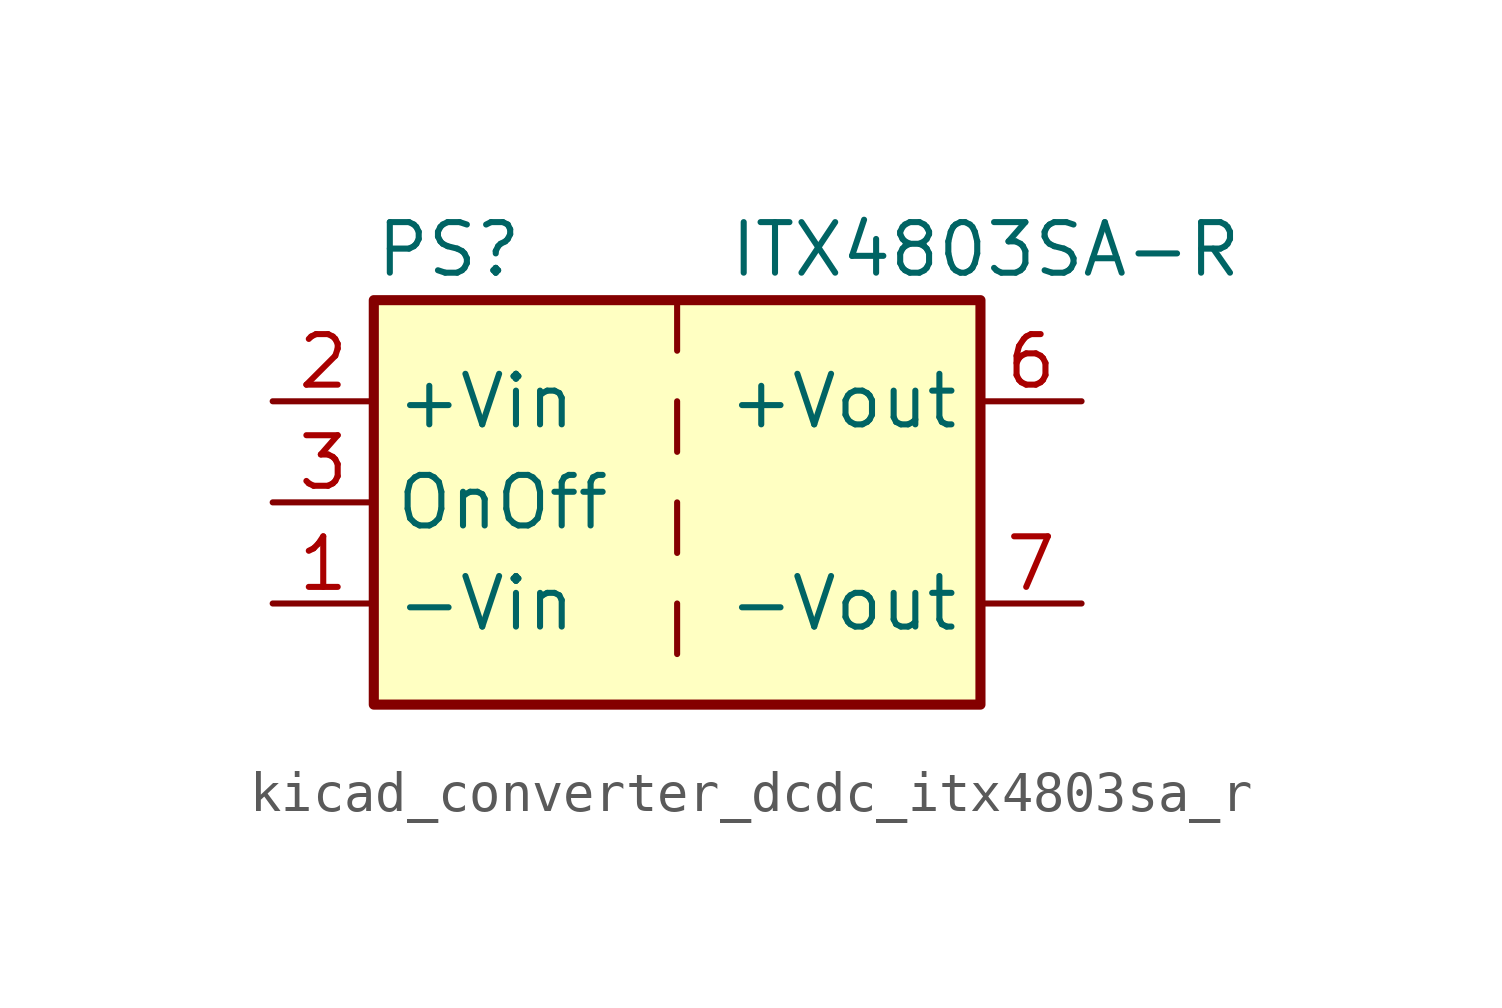
<source format=kicad_sym>
(kicad_symbol_lib
  (version 20220914)
  (generator kicad_symbol_editor)
  (symbol "kicad_converter_dcdc_itx4803sa_r"
    (property "Reference" "PS"
      (at -7.62 6.35 0)
      (effects (font (size 1.27 1.27)) (justify left)))
    (property "Value" "ITX4803SA-R"
      (at 1.27 6.35 0)
      (effects (font (size 1.27 1.27)) (justify left)))
    (symbol "kicad_converter_dcdc_itx4803sa_r_0_0"
      (pin power_in line (at -10.16 -2.54 0) (length 2.54) (name "-Vin" (effects (font (size 1.27 1.27)))) (number "1" (effects (font (size 1.27 1.27)))))
      (pin power_in line (at -10.16 2.54 0) (length 2.54) (name "+Vin" (effects (font (size 1.27 1.27)))) (number "2" (effects (font (size 1.27 1.27)))))
      (pin input line (at -10.16 0 0) (length 2.54) (name "OnOff" (effects (font (size 1.27 1.27)))) (number "3" (effects (font (size 1.27 1.27)))))
      (pin no_connect line (at 0 5.08 270) (length 2.54) hide (name "NC" (effects (font (size 1.27 1.27)))) (number "5" (effects (font (size 1.27 1.27)))))
      (pin power_out line (at 10.16 2.54 180) (length 2.54) (name "+Vout" (effects (font (size 1.27 1.27)))) (number "6" (effects (font (size 1.27 1.27)))))
      (pin power_out line (at 10.16 -2.54 180) (length 2.54) (name "-Vout" (effects (font (size 1.27 1.27)))) (number "7" (effects (font (size 1.27 1.27)))))
      (pin no_connect line (at 7.62 0 180) (length 2.54) hide (name "NC" (effects (font (size 1.27 1.27)))) (number "8" (effects (font (size 1.27 1.27))))))
    (symbol "kicad_converter_dcdc_itx4803sa_r_0_1"
      (rectangle (start -7.62 5.08) (end 7.62 -5.08) (stroke (width 0.254) (type default)) (fill (type background)))
      (polyline (pts (xy 0 -2.54) (xy 0 -3.81)) (stroke (width 0) (type default)) (fill (type none)))
      (polyline (pts (xy 0 0) (xy 0 -1.27)) (stroke (width 0) (type default)) (fill (type none)))
      (polyline (pts (xy 0 2.54) (xy 0 1.27)) (stroke (width 0) (type default)) (fill (type none)))
      (polyline (pts (xy 0 5.08) (xy 0 3.81)) (stroke (width 0) (type default)) (fill (type none))))))
</source>
